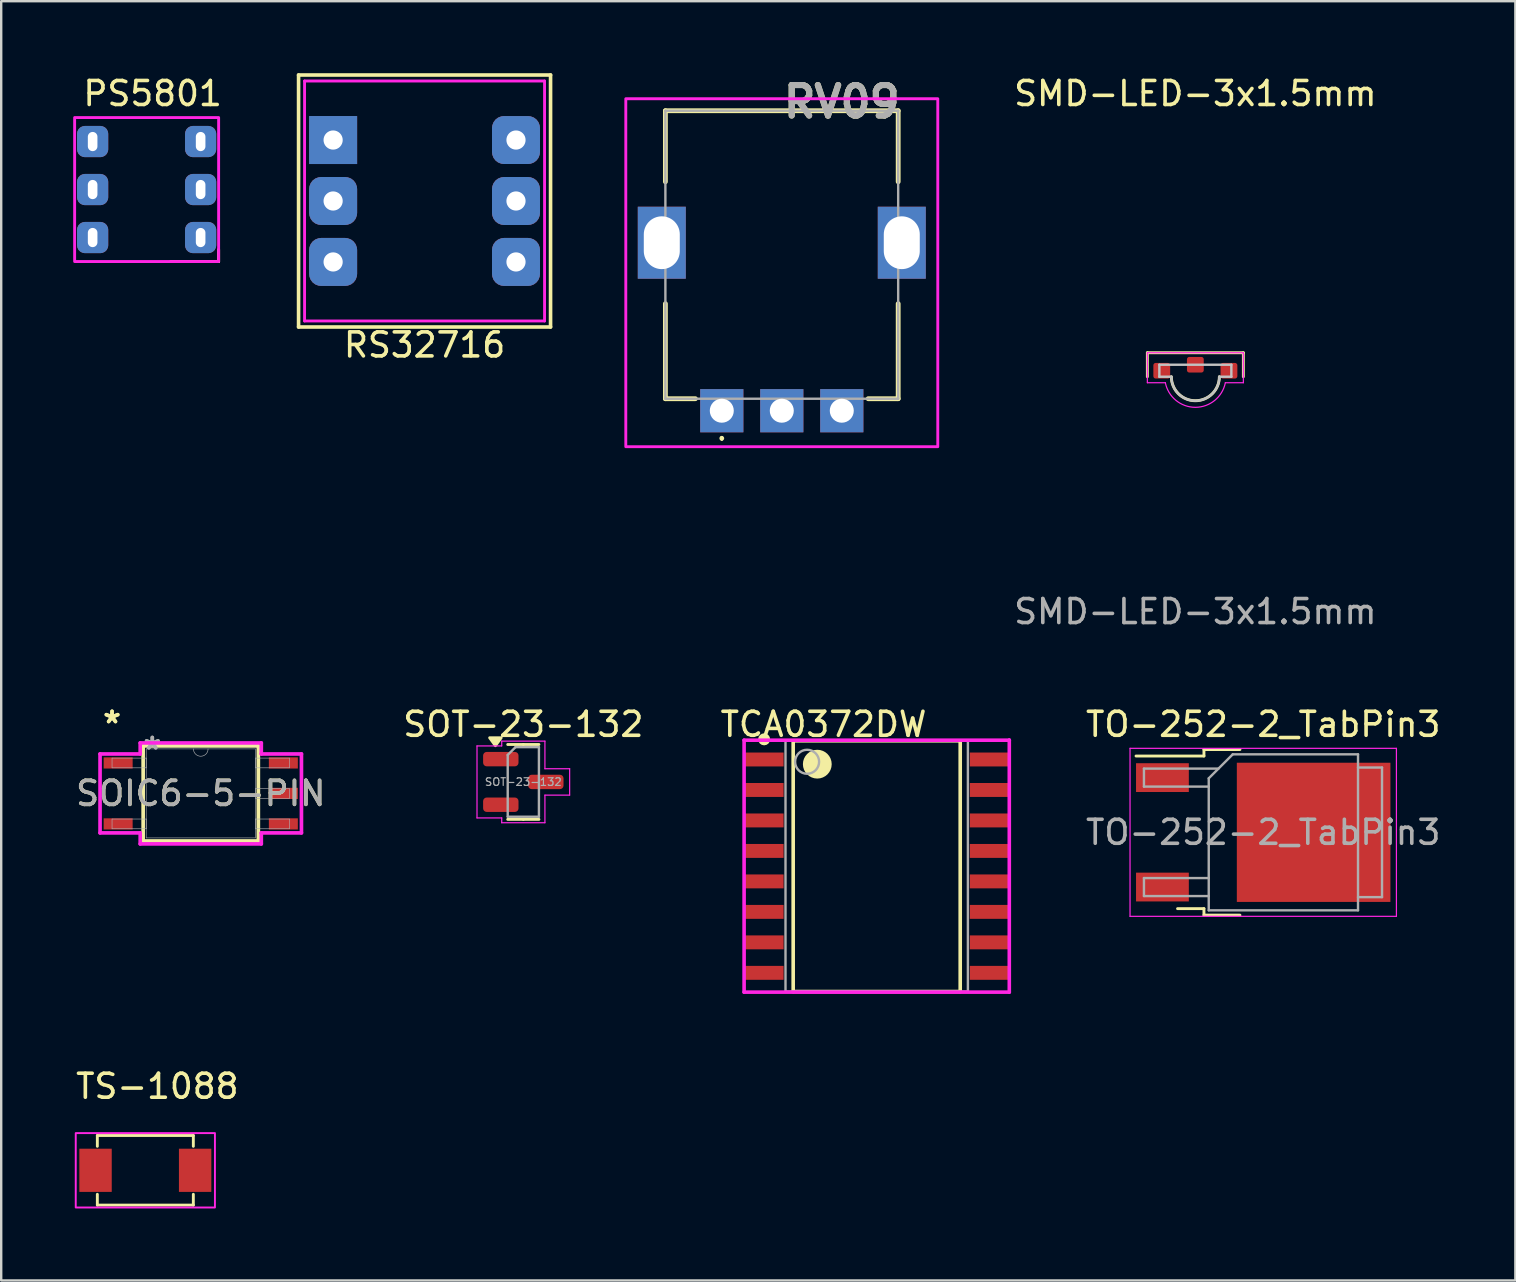
<source format=kicad_pcb>
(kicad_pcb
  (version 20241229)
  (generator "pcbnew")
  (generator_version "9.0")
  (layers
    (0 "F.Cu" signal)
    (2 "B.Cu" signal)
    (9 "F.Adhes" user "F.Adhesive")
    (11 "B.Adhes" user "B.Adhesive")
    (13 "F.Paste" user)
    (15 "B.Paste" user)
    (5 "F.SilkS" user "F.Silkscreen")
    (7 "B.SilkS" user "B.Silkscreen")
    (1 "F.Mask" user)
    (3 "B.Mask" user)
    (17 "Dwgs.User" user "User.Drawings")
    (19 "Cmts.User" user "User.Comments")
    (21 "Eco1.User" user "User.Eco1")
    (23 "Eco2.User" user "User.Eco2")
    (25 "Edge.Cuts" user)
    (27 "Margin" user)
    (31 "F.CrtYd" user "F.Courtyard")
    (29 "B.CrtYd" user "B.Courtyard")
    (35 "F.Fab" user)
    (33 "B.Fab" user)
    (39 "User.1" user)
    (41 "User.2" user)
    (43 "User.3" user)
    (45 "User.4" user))
  (footprint "TO-252-2_TabPin3"
    (layer "F.Cu")
    (at 49.587 31.632)
    (property "Reference" "TO-252-2_TabPin3" (at 0 -4.5 0) (layer "F.SilkS") (effects (font (size 1 1) (thickness 0.15))))
    (attr smd)
    (fp_line (start -2.47 -3.45) (end -2.47 -3.18) (stroke (width 0.12) (type solid)) (layer "F.SilkS"))
    (fp_line (start -2.47 -3.18) (end -5.3 -3.18) (stroke (width 0.12) (type solid)) (layer "F.SilkS"))
    (fp_line (start -2.47 3.18) (end -3.57 3.18) (stroke (width 0.12) (type solid)) (layer "F.SilkS"))
    (fp_line (start -2.47 3.45) (end -2.47 3.18) (stroke (width 0.12) (type solid)) (layer "F.SilkS"))
    (fp_line (start -0.97 -3.45) (end -2.47 -3.45) (stroke (width 0.12) (type solid)) (layer "F.SilkS"))
    (fp_line (start -0.97 3.45) (end -2.47 3.45) (stroke (width 0.12) (type solid)) (layer "F.SilkS"))
    (fp_line (start -5.55 -3.5) (end -5.55 3.5) (stroke (width 0.05) (type solid)) (layer "F.CrtYd"))
    (fp_line (start -5.55 3.5) (end 5.55 3.5) (stroke (width 0.05) (type solid)) (layer "F.CrtYd"))
    (fp_line (start 5.55 -3.5) (end -5.55 -3.5) (stroke (width 0.05) (type solid)) (layer "F.CrtYd"))
    (fp_line (start 5.55 3.5) (end 5.55 -3.5) (stroke (width 0.05) (type solid)) (layer "F.CrtYd"))
    (fp_line (start -4.97 -2.655) (end -4.97 -1.905) (stroke (width 0.1) (type solid)) (layer "F.Fab"))
    (fp_line (start -4.97 -1.905) (end -2.27 -1.905) (stroke (width 0.1) (type solid)) (layer "F.Fab"))
    (fp_line (start -4.97 1.905) (end -4.97 2.655) (stroke (width 0.1) (type solid)) (layer "F.Fab"))
    (fp_line (start -4.97 2.655) (end -2.27 2.655) (stroke (width 0.1) (type solid)) (layer "F.Fab"))
    (fp_line (start -2.27 -2.25) (end -1.27 -3.25) (stroke (width 0.1) (type solid)) (layer "F.Fab"))
    (fp_line (start -2.27 1.905) (end -4.97 1.905) (stroke (width 0.1) (type solid)) (layer "F.Fab"))
    (fp_line (start -2.27 3.25) (end -2.27 -2.25) (stroke (width 0.1) (type solid)) (layer "F.Fab"))
    (fp_line (start -1.865 -2.655) (end -4.97 -2.655) (stroke (width 0.1) (type solid)) (layer "F.Fab"))
    (fp_line (start -1.27 -3.25) (end 3.95 -3.25) (stroke (width 0.1) (type solid)) (layer "F.Fab"))
    (fp_line (start 3.95 -3.25) (end 3.95 3.25) (stroke (width 0.1) (type solid)) (layer "F.Fab"))
    (fp_line (start 3.95 -2.7) (end 4.95 -2.7) (stroke (width 0.1) (type solid)) (layer "F.Fab"))
    (fp_line (start 3.95 3.25) (end -2.27 3.25) (stroke (width 0.1) (type solid)) (layer "F.Fab"))
    (fp_line (start 4.95 -2.7) (end 4.95 2.7) (stroke (width 0.1) (type solid)) (layer "F.Fab"))
    (fp_line (start 4.95 2.7) (end 3.95 2.7) (stroke (width 0.1) (type solid)) (layer "F.Fab"))
    (fp_text user "${REFERENCE}" (at 0 0 0) (layer "F.Fab") (effects (font (size 1 1) (thickness 0.15))))
    (pad "" smd rect (at 0.425 -1.525) (size 3.05 2.75) (layers "F.Paste"))
    (pad "" smd rect (at 0.425 1.525) (size 3.05 2.75) (layers "F.Paste"))
    (pad "" smd rect (at 3.775 -1.525) (size 3.05 2.75) (layers "F.Paste"))
    (pad "" smd rect (at 3.775 1.525) (size 3.05 2.75) (layers "F.Paste"))
    (pad "1" smd rect (at -4.2 -2.28) (size 2.2 1.2) (layers "F.Cu" "F.Mask" "F.Paste"))
    (pad "2" smd rect (at -4.2 2.28) (size 2.2 1.2) (layers "F.Cu" "F.Mask" "F.Paste"))
    (pad "3" smd rect (at 2.1 0) (size 6.4 5.8) (layers "F.Cu" "F.Mask")))
  (footprint "PS5801"
    (layer "F.Cu")
    (at 3.06 4.848)
    (property "Reference" "PS5801" (at 0.25 -4 0) (unlocked yes) (layer "F.SilkS") (effects (font (size 1 1) (thickness 0.15))))
    (attr through_hole)
    (fp_line (start 1 3) (end 3 3) (stroke (width 0.12) (type solid)) (layer "F.SilkS"))
    (fp_line (start 3 3) (end 3 2.5) (stroke (width 0.12) (type solid)) (layer "F.SilkS"))
    (fp_rect (start -3 -3) (end 3 3) (stroke (width 0.12) (type solid)) (fill no) (layer "F.CrtYd"))
    (pad "1" thru_hole roundrect (at 2.25 2) (size 1.3 1.3) (drill oval 0.4 0.8) (layers "*.Cu" "*.Mask") (roundrect_rratio 0.25))
    (pad "2" thru_hole roundrect (at 2.25 0) (size 1.3 1.3) (drill oval 0.4 0.8) (layers "*.Cu" "*.Mask") (roundrect_rratio 0.25))
    (pad "3" thru_hole roundrect (at 2.25 -2) (size 1.3 1.3) (drill oval 0.4 0.8) (layers "*.Cu" "*.Mask") (roundrect_rratio 0.25))
    (pad "4" thru_hole roundrect (at -2.25 2) (size 1.3 1.3) (drill oval 0.4 0.8) (layers "*.Cu" "*.Mask") (roundrect_rratio 0.25))
    (pad "5" thru_hole roundrect (at -2.25 0) (size 1.3 1.3) (drill oval 0.4 0.8) (layers "*.Cu" "*.Mask") (roundrect_rratio 0.25))
    (pad "6" thru_hole roundrect (at -2.25 -2) (size 1.3 1.3) (drill oval 0.4 0.8) (layers "*.Cu" "*.Mask") (roundrect_rratio 0.25)))
  (footprint "TS-1088"
    (layer "F.Cu")
    (at 3.006 45.715)
    (property "Reference" "TS-1088" (at 0.5 -3.5 0) (unlocked yes) (layer "F.SilkS") (effects (font (size 1 1) (thickness 0.15))))
    (attr smd)
    (fp_line (start -2 -1.45) (end 2 -1.45) (stroke (width 0.12) (type solid)) (layer "F.SilkS"))
    (fp_line (start -2 -1) (end -2 -1.45) (stroke (width 0.12) (type solid)) (layer "F.SilkS"))
    (fp_line (start -2 1.45) (end -2 1) (stroke (width 0.12) (type solid)) (layer "F.SilkS"))
    (fp_line (start 2 -1.45) (end 2 -1) (stroke (width 0.12) (type solid)) (layer "F.SilkS"))
    (fp_line (start 2 1) (end 2 1.45) (stroke (width 0.12) (type solid)) (layer "F.SilkS"))
    (fp_line (start 2 1.45) (end -2 1.45) (stroke (width 0.12) (type solid)) (layer "F.SilkS"))
    (fp_rect (start -2.9 -1.55) (end 2.9 1.55) (stroke (width 0.08) (type solid)) (fill no) (layer "F.CrtYd"))
    (pad "1" smd rect (at -2.075 0) (size 1.35 1.8) (layers "F.Cu" "F.Mask" "F.Paste"))
    (pad "2" smd rect (at 2.075 0) (size 1.35 1.8) (layers "F.Cu" "F.Mask" "F.Paste")))
  (footprint "SMD-LED-3x1.5mm"
    (layer "F.Cu")
    (at 46.759 12.148)
    (property "Reference" "SMD-LED-3x1.5mm" (at 0 -11.3 0) (unlocked yes) (layer "F.SilkS") (effects (font (size 1 1) (thickness 0.15))))
    (attr smd)
    (fp_line (start -2 -0.5) (end 2 -0.5) (stroke (width 0.12) (type default)) (layer "F.SilkS"))
    (fp_line (start -2 0.5) (end -2 -0.5) (stroke (width 0.12) (type default)) (layer "F.SilkS"))
    (fp_line (start 2 -0.5) (end 2 0.5) (stroke (width 0.12) (type default)) (layer "F.SilkS"))
    (fp_arc (start 1 0.5) (mid 0 1.5) (end -1 0.5) (stroke (width 0.12) (type default)) (layer "F.SilkS"))
    (fp_line (start -1.5 0) (end -1.5 0.5) (stroke (width 0.1) (type default)) (layer "Dwgs.User"))
    (fp_line (start -1.5 0) (end 1.5 0) (stroke (width 0.1) (type default)) (layer "Dwgs.User"))
    (fp_line (start -1.5 0.5) (end -1 0.5) (stroke (width 0.1) (type default)) (layer "Dwgs.User"))
    (fp_line (start 1.5 0) (end 1.5 0.5) (stroke (width 0.1) (type default)) (layer "Dwgs.User"))
    (fp_line (start 1.5 0.5) (end 1 0.5) (stroke (width 0.1) (type default)) (layer "Dwgs.User"))
    (fp_arc (start 1 0.5) (mid 0 1.5) (end -1 0.5) (stroke (width 0.1) (type default)) (layer "Dwgs.User"))
    (fp_line (start -2 -0.5) (end -2 0.75) (stroke (width 0.05) (type default)) (layer "F.CrtYd"))
    (fp_line (start -2 -0.5) (end 2 -0.5) (stroke (width 0.05) (type default)) (layer "F.CrtYd"))
    (fp_line (start -1.25 0.75) (end -2 0.75) (stroke (width 0.05) (type default)) (layer "F.CrtYd"))
    (fp_line (start 2 -0.5) (end 2 0.75) (stroke (width 0.05) (type default)) (layer "F.CrtYd"))
    (fp_line (start 2 0.75) (end 1.25 0.75) (stroke (width 0.05) (type default)) (layer "F.CrtYd"))
    (fp_arc (start 1.25 0.75) (mid 0 1.774755) (end -1.25 0.75) (stroke (width 0.05) (type default)) (layer "F.CrtYd"))
    (fp_text user "${REFERENCE}" (at 0 10.287 0) (unlocked yes) (layer "F.Fab") (effects (font (size 1 1) (thickness 0.15))))
    (pad "" smd roundrect (at 0 0) (size 0.7 0.65) (layers "F.Cu" "F.Mask" "F.Paste") (roundrect_rratio 0.15))
    (pad "1" smd roundrect (at -1.4 0.25) (size 0.7 0.65) (layers "F.Cu" "F.Mask" "F.Paste") (roundrect_rratio 0.15))
    (pad "2" smd roundrect (at 1.4 0.25) (size 0.7 0.65) (layers "F.Cu" "F.Mask" "F.Paste") (roundrect_rratio 0.15)))
  (footprint "RS32716"
    (layer "F.Cu")
    (at 14.641 5.325)
    (property "Reference" "RS32716" (at 0 6 0) (layer "F.SilkS") (effects (font (size 1 1) (thickness 0.15))))
    (attr through_hole)
    (fp_line (start -5.25 -5.25) (end 5.25 -5.25) (stroke (width 0.15) (type solid)) (layer "F.SilkS"))
    (fp_line (start -5.25 5.25) (end -5.25 -5.25) (stroke (width 0.15) (type solid)) (layer "F.SilkS"))
    (fp_line (start 5.25 -5.25) (end 5.25 5.25) (stroke (width 0.15) (type solid)) (layer "F.SilkS"))
    (fp_line (start 5.25 5.25) (end -5.25 5.25) (stroke (width 0.15) (type solid)) (layer "F.SilkS"))
    (fp_line (start -5 -5) (end 5 -5) (stroke (width 0.12) (type solid)) (layer "F.CrtYd"))
    (fp_line (start -5 5) (end -5 -5) (stroke (width 0.12) (type solid)) (layer "F.CrtYd"))
    (fp_line (start 5 -5) (end 5 5) (stroke (width 0.12) (type solid)) (layer "F.CrtYd"))
    (fp_line (start 5 5) (end -5 5) (stroke (width 0.12) (type solid)) (layer "F.CrtYd"))
    (pad "1" thru_hole rect (at -3.81 -2.54) (size 2 2) (drill 0.8) (layers "*.Cu" "*.Mask"))
    (pad "2" thru_hole roundrect (at 3.81 2.54) (size 2 2) (drill 0.8) (layers "*.Cu" "*.Mask") (roundrect_rratio 0.25))
    (pad "4" thru_hole roundrect (at -3.81 2.54) (size 2 2) (drill 0.8) (layers "*.Cu" "*.Mask") (roundrect_rratio 0.25))
    (pad "8" thru_hole roundrect (at 3.81 -2.54) (size 2 2) (drill 0.8) (layers "*.Cu" "*.Mask") (roundrect_rratio 0.25))
    (pad "C" thru_hole roundrect (at -3.81 0) (size 2 2) (drill 0.8) (layers "*.Cu" "*.Mask") (roundrect_rratio 0.25))
    (pad "C" thru_hole roundrect (at 3.81 0) (size 2 2) (drill 0.8) (layers "*.Cu" "*.Mask") (roundrect_rratio 0.25)))
  (footprint "RV09"
    (layer "F.Cu")
    (at 29.526 7.064)
    (property "Reference" "RV09" (at 2.5 -5.875 0) (layer "F.SilkS") (effects (font (size 1.27 1.27) (thickness 0.254))))
    (attr through_hole)
    (fp_line (start -4.85 -5.5) (end -4.85 -2.54) (stroke (width 0.2) (type solid)) (layer "F.SilkS"))
    (fp_line (start -4.85 6.5) (end -4.85 2.54) (stroke (width 0.2) (type solid)) (layer "F.SilkS"))
    (fp_line (start -3.6 6.5) (end -4.85 6.5) (stroke (width 0.2) (type solid)) (layer "F.SilkS"))
    (fp_line (start -2.5 8.1) (end -2.5 8.1) (stroke (width 0.1) (type solid)) (layer "F.SilkS"))
    (fp_line (start -2.5 8.2) (end -2.5 8.2) (stroke (width 0.1) (type solid)) (layer "F.SilkS"))
    (fp_line (start 4.85 -5.5) (end -4.85 -5.5) (stroke (width 0.2) (type solid)) (layer "F.SilkS"))
    (fp_line (start 4.85 -2.54) (end 4.85 -5.5) (stroke (width 0.2) (type solid)) (layer "F.SilkS"))
    (fp_line (start 4.85 2.54) (end 4.85 6.5) (stroke (width 0.2) (type solid)) (layer "F.SilkS"))
    (fp_line (start 4.85 6.5) (end 3.6 6.5) (stroke (width 0.2) (type solid)) (layer "F.SilkS"))
    (fp_arc (start -2.5 8.1) (mid -2.45 8.15) (end -2.5 8.2) (stroke (width 0.1) (type solid)) (layer "F.SilkS"))
    (fp_arc (start -2.5 8.2) (mid -2.55 8.15) (end -2.5 8.1) (stroke (width 0.1) (type solid)) (layer "F.SilkS"))
    (fp_rect (start -6.5 -6) (end 6.5 8.5) (stroke (width 0.12) (type solid)) (fill no) (layer "F.CrtYd"))
    (fp_line (start -4.85 -5.5) (end -4.85 6.5) (stroke (width 0.1) (type solid)) (layer "F.Fab"))
    (fp_line (start -4.85 6.5) (end 4.85 6.5) (stroke (width 0.1) (type solid)) (layer "F.Fab"))
    (fp_line (start 4.85 -5.5) (end -4.85 -5.5) (stroke (width 0.1) (type solid)) (layer "F.Fab"))
    (fp_line (start 4.85 6.5) (end 4.85 -5.5) (stroke (width 0.1) (type solid)) (layer "F.Fab"))
    (fp_text user "${REFERENCE}" (at 2.5 -5.875 0) (layer "F.Fab") (effects (font (size 1.27 1.27) (thickness 0.254))))
    (pad "1" thru_hole rect (at -2.5 7) (size 1.8 1.8) (drill 1) (layers "*.Cu" "*.Mask"))
    (pad "2" thru_hole rect (at 0 7) (size 1.8 1.8) (drill 1) (layers "*.Cu" "*.Mask"))
    (pad "3" thru_hole rect (at 2.5 7) (size 1.8 1.8) (drill 1) (layers "*.Cu" "*.Mask"))
    (pad "MH1" thru_hole rect (at -5 0) (size 2 3) (drill oval 1.5 2.2) (layers "*.Cu" "*.Mask"))
    (pad "MH2" thru_hole rect (at 5 0) (size 2 3) (drill oval 1.5 2.2) (layers "*.Cu" "*.Mask")))
  (footprint "TCA0372DW"
    (layer "F.Cu")
    (at 33.481 33.042)
    (property "Reference" "TCA0372DW" (at -6.6 -5.91 0) (layer "F.SilkS") (effects (font (size 1 1) (thickness 0.15)) (justify left)))
    (attr through_hole)
    (fp_line (start -3.48 -5.225) (end 3.48 -5.225) (stroke (width 0.15) (type solid)) (layer "F.SilkS"))
    (fp_line (start -3.48 5.225) (end -3.48 -5.225) (stroke (width 0.15) (type solid)) (layer "F.SilkS"))
    (fp_line (start -3.48 5.225) (end 3.48 5.225) (stroke (width 0.15) (type solid)) (layer "F.SilkS"))
    (fp_line (start 3.48 5.225) (end 3.48 -5.225) (stroke (width 0.15) (type solid)) (layer "F.SilkS"))
    (fp_circle (center -4.69 -5.285) (end -4.565 -5.285) (stroke (width 0.25) (type solid)) (fill no) (layer "F.SilkS"))
    (fp_circle (center -2.475 -4.25) (end -2.175 -4.25) (stroke (width 0.6) (type solid)) (fill no) (layer "F.SilkS"))
    (fp_line (start -5.525 -5.25) (end -5.525 5.25) (stroke (width 0.15) (type solid)) (layer "F.CrtYd"))
    (fp_line (start -5.525 5.25) (end 5.525 5.25) (stroke (width 0.15) (type solid)) (layer "F.CrtYd"))
    (fp_line (start 5.525 -5.25) (end -5.525 -5.25) (stroke (width 0.15) (type solid)) (layer "F.CrtYd"))
    (fp_line (start 5.525 -5.25) (end 5.525 -5.25) (stroke (width 0.15) (type solid)) (layer "F.CrtYd"))
    (fp_line (start 5.525 5.25) (end 5.525 -5.25) (stroke (width 0.15) (type solid)) (layer "F.CrtYd"))
    (fp_line (start -3.8 -5.225) (end 3.8 -5.225) (stroke (width 0.1) (type solid)) (layer "F.Fab"))
    (fp_line (start -3.8 5.225) (end -3.8 -5.225) (stroke (width 0.1) (type solid)) (layer "F.Fab"))
    (fp_line (start -3.8 5.225) (end 3.8 5.225) (stroke (width 0.1) (type solid)) (layer "F.Fab"))
    (fp_line (start 3.8 5.225) (end 3.8 -5.225) (stroke (width 0.1) (type solid)) (layer "F.Fab"))
    (fp_circle (center -2.9 -4.35) (end -2.4 -4.35) (stroke (width 0.1) (type solid)) (fill no) (layer "F.Fab"))
    (pad "1" smd rect (at -4.69 -4.445 270) (size 0.58 1.62) (layers "F.Cu" "F.Mask" "F.Paste"))
    (pad "2" smd rect (at -4.69 -3.175 270) (size 0.58 1.62) (layers "F.Cu" "F.Mask" "F.Paste"))
    (pad "3" smd rect (at -4.69 -1.905 270) (size 0.58 1.62) (layers "F.Cu" "F.Mask" "F.Paste"))
    (pad "4" smd rect (at -4.69 -0.635 270) (size 0.58 1.62) (layers "F.Cu" "F.Mask" "F.Paste"))
    (pad "5" smd rect (at -4.69 0.635 270) (size 0.58 1.62) (layers "F.Cu" "F.Mask" "F.Paste"))
    (pad "6" smd rect (at -4.69 1.905 270) (size 0.58 1.62) (layers "F.Cu" "F.Mask" "F.Paste"))
    (pad "7" smd rect (at -4.69 3.175 270) (size 0.58 1.62) (layers "F.Cu" "F.Mask" "F.Paste"))
    (pad "8" smd rect (at -4.69 4.445 270) (size 0.58 1.62) (layers "F.Cu" "F.Mask" "F.Paste"))
    (pad "9" smd rect (at 4.69 4.445 270) (size 0.58 1.62) (layers "F.Cu" "F.Mask" "F.Paste"))
    (pad "10" smd rect (at 4.69 3.175 270) (size 0.58 1.62) (layers "F.Cu" "F.Mask" "F.Paste"))
    (pad "11" smd rect (at 4.69 1.905 270) (size 0.58 1.62) (layers "F.Cu" "F.Mask" "F.Paste"))
    (pad "12" smd rect (at 4.69 0.635 270) (size 0.58 1.62) (layers "F.Cu" "F.Mask" "F.Paste"))
    (pad "13" smd rect (at 4.69 -0.635 270) (size 0.58 1.62) (layers "F.Cu" "F.Mask" "F.Paste"))
    (pad "14" smd rect (at 4.69 -1.905 270) (size 0.58 1.62) (layers "F.Cu" "F.Mask" "F.Paste"))
    (pad "15" smd rect (at 4.69 -3.175 270) (size 0.58 1.62) (layers "F.Cu" "F.Mask" "F.Paste"))
    (pad "16" smd rect (at 4.69 -4.445 270) (size 0.58 1.62) (layers "F.Cu" "F.Mask" "F.Paste")))
  (footprint "SOT-23-132"
    (layer "F.Cu")
    (at 18.756 29.532)
    (property "Reference" "SOT-23-132" (at 0 -2.4 0) (layer "F.SilkS") (effects (font (size 1 1) (thickness 0.15))))
    (attr smd)
    (fp_line (start 0 -1.56) (end -0.65 -1.56) (stroke (width 0.12) (type solid)) (layer "F.SilkS"))
    (fp_line (start 0 -1.56) (end 0.65 -1.56) (stroke (width 0.12) (type solid)) (layer "F.SilkS"))
    (fp_line (start 0 1.56) (end -0.65 1.56) (stroke (width 0.12) (type solid)) (layer "F.SilkS"))
    (fp_line (start 0 1.56) (end 0.65 1.56) (stroke (width 0.12) (type solid)) (layer "F.SilkS"))
    (fp_poly (pts (xy -1.163 -1.51) (xy -1.403 -1.84) (xy -0.922 -1.84)) (stroke (width 0.12) (type solid)) (fill yes) (layer "F.SilkS"))
    (fp_line (start -1.93 -1.5) (end -0.9 -1.5) (stroke (width 0.05) (type solid)) (layer "F.CrtYd"))
    (fp_line (start -1.93 1.5) (end -1.93 -1.5) (stroke (width 0.05) (type solid)) (layer "F.CrtYd"))
    (fp_line (start -0.9 -1.7) (end 0.9 -1.7) (stroke (width 0.05) (type solid)) (layer "F.CrtYd"))
    (fp_line (start -0.9 -1.5) (end -0.9 -1.7) (stroke (width 0.05) (type solid)) (layer "F.CrtYd"))
    (fp_line (start -0.9 1.5) (end -1.93 1.5) (stroke (width 0.05) (type solid)) (layer "F.CrtYd"))
    (fp_line (start -0.9 1.7) (end -0.9 1.5) (stroke (width 0.05) (type solid)) (layer "F.CrtYd"))
    (fp_line (start 0.9 -1.7) (end 0.9 -0.55) (stroke (width 0.05) (type solid)) (layer "F.CrtYd"))
    (fp_line (start 0.9 -0.55) (end 1.93 -0.55) (stroke (width 0.05) (type solid)) (layer "F.CrtYd"))
    (fp_line (start 0.9 0.55) (end 0.9 1.7) (stroke (width 0.05) (type solid)) (layer "F.CrtYd"))
    (fp_line (start 0.9 1.7) (end -0.9 1.7) (stroke (width 0.05) (type solid)) (layer "F.CrtYd"))
    (fp_line (start 1.93 -0.55) (end 1.93 0.55) (stroke (width 0.05) (type solid)) (layer "F.CrtYd"))
    (fp_line (start 1.93 0.55) (end 0.9 0.55) (stroke (width 0.05) (type solid)) (layer "F.CrtYd"))
    (fp_line (start -0.65 -1.125) (end -0.325 -1.45) (stroke (width 0.1) (type solid)) (layer "F.Fab"))
    (fp_line (start -0.65 1.45) (end -0.65 -1.125) (stroke (width 0.1) (type solid)) (layer "F.Fab"))
    (fp_line (start -0.325 -1.45) (end 0.65 -1.45) (stroke (width 0.1) (type solid)) (layer "F.Fab"))
    (fp_line (start 0.65 -1.45) (end 0.65 1.45) (stroke (width 0.1) (type solid)) (layer "F.Fab"))
    (fp_line (start 0.65 1.45) (end -0.65 1.45) (stroke (width 0.1) (type solid)) (layer "F.Fab"))
    (fp_text user "${REFERENCE}" (at 0 0 0) (layer "F.Fab") (effects (font (size 0.32 0.32) (thickness 0.05))))
    (pad "1" smd roundrect (at -0.938 -0.95) (size 1.475 0.6) (layers "F.Cu" "F.Mask" "F.Paste") (roundrect_rratio 0.25))
    (pad "2" smd roundrect (at 0.938 0) (size 1.475 0.6) (layers "F.Cu" "F.Mask" "F.Paste") (roundrect_rratio 0.25))
    (pad "3" smd roundrect (at -0.938 0.95) (size 1.475 0.6) (layers "F.Cu" "F.Mask" "F.Paste") (roundrect_rratio 0.25)))
  (footprint "SOIC6-5-PIN"
    (layer "F.Cu")
    (at 5.315 30.011)
    (property "Reference" "SOIC6-5-PIN" (at 0 0 0) (unlocked yes) (layer "F.SilkS") (effects (font (size 1 1) (thickness 0.15))))
    (attr smd)
    (fp_line (start -2.4 -1.981) (end -2.4 1.981) (stroke (width 0.152) (type solid)) (layer "F.SilkS"))
    (fp_line (start -2.4 1.981) (end 2.4 1.981) (stroke (width 0.152) (type solid)) (layer "F.SilkS"))
    (fp_line (start 2.4 -1.981) (end -2.4 -1.981) (stroke (width 0.152) (type solid)) (layer "F.SilkS"))
    (fp_line (start 2.4 1.981) (end 2.4 -1.981) (stroke (width 0.152) (type solid)) (layer "F.SilkS"))
    (fp_line (start -4.196 -1.645) (end -2.523 -1.645) (stroke (width 0.152) (type solid)) (layer "F.CrtYd"))
    (fp_line (start -4.196 1.645) (end -4.196 -1.645) (stroke (width 0.152) (type solid)) (layer "F.CrtYd"))
    (fp_line (start -2.523 -2.104) (end 2.523 -2.104) (stroke (width 0.152) (type solid)) (layer "F.CrtYd"))
    (fp_line (start -2.523 -1.645) (end -2.523 -2.104) (stroke (width 0.152) (type solid)) (layer "F.CrtYd"))
    (fp_line (start -2.523 1.645) (end -4.196 1.645) (stroke (width 0.152) (type solid)) (layer "F.CrtYd"))
    (fp_line (start -2.523 2.104) (end -2.523 1.645) (stroke (width 0.152) (type solid)) (layer "F.CrtYd"))
    (fp_line (start 2.523 -2.104) (end 2.523 -1.645) (stroke (width 0.152) (type solid)) (layer "F.CrtYd"))
    (fp_line (start 2.523 -1.645) (end 4.196 -1.645) (stroke (width 0.152) (type solid)) (layer "F.CrtYd"))
    (fp_line (start 2.523 1.645) (end 2.523 2.104) (stroke (width 0.152) (type solid)) (layer "F.CrtYd"))
    (fp_line (start 2.523 2.104) (end -2.523 2.104) (stroke (width 0.152) (type solid)) (layer "F.CrtYd"))
    (fp_line (start 4.196 -1.645) (end 4.196 1.645) (stroke (width 0.152) (type solid)) (layer "F.CrtYd"))
    (fp_line (start 4.196 1.645) (end 2.523 1.645) (stroke (width 0.152) (type solid)) (layer "F.CrtYd"))
    (fp_line (start -3.696 -1.473) (end -3.696 -1.067) (stroke (width 0.025) (type solid)) (layer "F.Fab"))
    (fp_line (start -3.696 -1.067) (end -2.273 -1.067) (stroke (width 0.025) (type solid)) (layer "F.Fab"))
    (fp_line (start -3.696 1.067) (end -3.696 1.473) (stroke (width 0.025) (type solid)) (layer "F.Fab"))
    (fp_line (start -3.696 1.473) (end -2.273 1.473) (stroke (width 0.025) (type solid)) (layer "F.Fab"))
    (fp_line (start -2.273 -1.854) (end -2.273 1.854) (stroke (width 0.025) (type solid)) (layer "F.Fab"))
    (fp_line (start -2.273 -1.473) (end -3.696 -1.473) (stroke (width 0.025) (type solid)) (layer "F.Fab"))
    (fp_line (start -2.273 -1.067) (end -2.273 -1.473) (stroke (width 0.025) (type solid)) (layer "F.Fab"))
    (fp_line (start -2.273 1.067) (end -3.696 1.067) (stroke (width 0.025) (type solid)) (layer "F.Fab"))
    (fp_line (start -2.273 1.473) (end -2.273 1.067) (stroke (width 0.025) (type solid)) (layer "F.Fab"))
    (fp_line (start -2.273 1.854) (end 2.273 1.854) (stroke (width 0.025) (type solid)) (layer "F.Fab"))
    (fp_line (start 2.273 -1.854) (end -2.273 -1.854) (stroke (width 0.025) (type solid)) (layer "F.Fab"))
    (fp_line (start 2.273 -1.473) (end 2.273 -1.067) (stroke (width 0.025) (type solid)) (layer "F.Fab"))
    (fp_line (start 2.273 -1.067) (end 3.696 -1.067) (stroke (width 0.025) (type solid)) (layer "F.Fab"))
    (fp_line (start 2.273 -0.203) (end 2.273 0.203) (stroke (width 0.025) (type solid)) (layer "F.Fab"))
    (fp_line (start 2.273 0.203) (end 3.696 0.203) (stroke (width 0.025) (type solid)) (layer "F.Fab"))
    (fp_line (start 2.273 1.067) (end 2.273 1.473) (stroke (width 0.025) (type solid)) (layer "F.Fab"))
    (fp_line (start 2.273 1.473) (end 3.696 1.473) (stroke (width 0.025) (type solid)) (layer "F.Fab"))
    (fp_line (start 2.273 1.854) (end 2.273 -1.854) (stroke (width 0.025) (type solid)) (layer "F.Fab"))
    (fp_line (start 3.696 -1.473) (end 2.273 -1.473) (stroke (width 0.025) (type solid)) (layer "F.Fab"))
    (fp_line (start 3.696 -1.067) (end 3.696 -1.473) (stroke (width 0.025) (type solid)) (layer "F.Fab"))
    (fp_line (start 3.696 -0.203) (end 2.273 -0.203) (stroke (width 0.025) (type solid)) (layer "F.Fab"))
    (fp_line (start 3.696 0.203) (end 3.696 -0.203) (stroke (width 0.025) (type solid)) (layer "F.Fab"))
    (fp_line (start 3.696 1.067) (end 2.273 1.067) (stroke (width 0.025) (type solid)) (layer "F.Fab"))
    (fp_line (start 3.696 1.473) (end 3.696 1.067) (stroke (width 0.025) (type solid)) (layer "F.Fab"))
    (fp_arc (start 0.3048 -1.8542) (mid 0 -1.5494) (end -0.3048 -1.8542) (stroke (width 0.0254) (type solid)) (layer "F.Fab"))
    (fp_text user "*" (at -3.696 -2.879 0) (unlocked yes) (layer "F.SilkS") (effects (font (size 1 1) (thickness 0.15))))
    (fp_text user "*" (at -3.696 -2.879 0) (layer "F.SilkS") (effects (font (size 1 1) (thickness 0.15))))
    (fp_text user "*" (at -2.019 -1.787 0) (unlocked yes) (layer "F.Fab") (effects (font (size 1 1) (thickness 0.15))))
    (fp_text user "*" (at -2.019 -1.787 0) (layer "F.Fab") (effects (font (size 1 1) (thickness 0.15))))
    (fp_text user "${REFERENCE}" (at 0 0 0) (unlocked yes) (layer "F.Fab") (effects (font (size 1 1) (thickness 0.15))))
    (pad "1" smd rect (at -3.442 -1.27) (size 1.208 0.466) (layers "F.Cu" "F.Mask" "F.Paste"))
    (pad "3" smd rect (at -3.442 1.27) (size 1.208 0.466) (layers "F.Cu" "F.Mask" "F.Paste"))
    (pad "4" smd rect (at 3.442 1.27) (size 1.208 0.466) (layers "F.Cu" "F.Mask" "F.Paste"))
    (pad "5" smd rect (at 3.442 0) (size 1.208 0.466) (layers "F.Cu" "F.Mask" "F.Paste"))
    (pad "6" smd rect (at 3.442 -1.27) (size 1.208 0.466) (layers "F.Cu" "F.Mask" "F.Paste")))
  (gr_rect
    (start -3 -3)
    (end 60.093 50.305)
    (stroke (width 0.1) (type default))
    (fill no)
    (layer "Edge.Cuts")))
</source>
